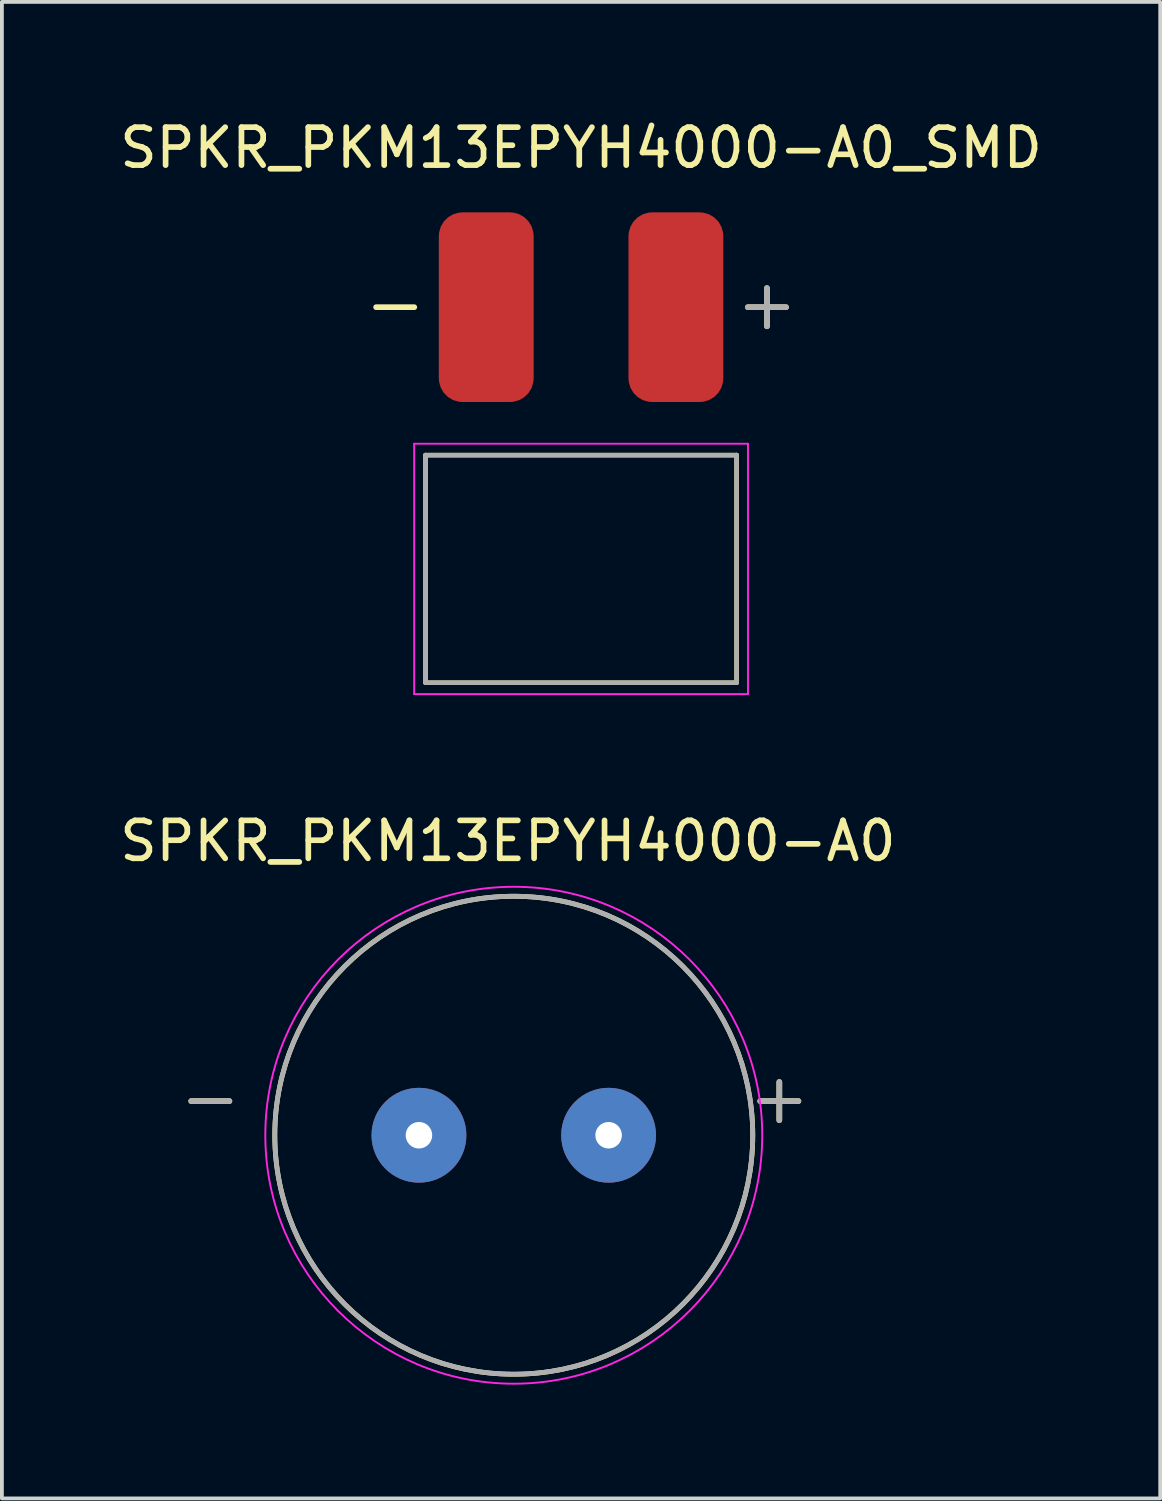
<source format=kicad_pcb>
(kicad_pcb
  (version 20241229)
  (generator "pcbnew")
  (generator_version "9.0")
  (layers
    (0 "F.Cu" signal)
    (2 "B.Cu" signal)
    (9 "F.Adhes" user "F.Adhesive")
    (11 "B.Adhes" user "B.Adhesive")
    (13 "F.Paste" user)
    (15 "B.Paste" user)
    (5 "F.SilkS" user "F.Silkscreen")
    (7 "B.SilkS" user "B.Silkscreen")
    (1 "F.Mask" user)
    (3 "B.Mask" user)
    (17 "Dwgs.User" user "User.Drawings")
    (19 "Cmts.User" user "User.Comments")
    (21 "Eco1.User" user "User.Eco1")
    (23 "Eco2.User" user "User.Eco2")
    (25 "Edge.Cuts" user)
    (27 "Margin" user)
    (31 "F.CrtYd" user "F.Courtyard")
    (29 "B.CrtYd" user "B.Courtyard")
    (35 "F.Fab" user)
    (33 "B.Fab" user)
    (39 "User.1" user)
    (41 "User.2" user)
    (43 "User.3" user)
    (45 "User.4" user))
  (footprint "SPKR_PKM13EPYH4000-A0_SMD"
    (layer "F.Cu")
    (at 12.268 5.048)
    (property "Reference" "SPKR_PKM13EPYH4000-A0_SMD" (at 0 -4.2 0) (layer "F.SilkS") (effects (font (size 1 1) (thickness 0.15))))
    (attr through_hole)
    (fp_line (start -4.1 3.9) (end -4.1 9.9) (stroke (width 0.12) (type solid)) (layer "F.SilkS"))
    (fp_line (start -4.1 3.9) (end 4.1 3.9) (stroke (width 0.12) (type solid)) (layer "F.SilkS"))
    (fp_line (start 4.1 3.9) (end 4.1 9.9) (stroke (width 0.12) (type solid)) (layer "F.SilkS"))
    (fp_line (start 4.1 9.9) (end -4.1 9.9) (stroke (width 0.12) (type solid)) (layer "F.SilkS"))
    (fp_line (start -4.4 3.6) (end 4.4 3.6) (stroke (width 0.05) (type solid)) (layer "F.CrtYd"))
    (fp_line (start -4.4 10.2) (end -4.4 3.6) (stroke (width 0.05) (type solid)) (layer "F.CrtYd"))
    (fp_line (start 4.4 3.6) (end 4.4 10.2) (stroke (width 0.05) (type solid)) (layer "F.CrtYd"))
    (fp_line (start 4.4 10.2) (end -4.4 10.2) (stroke (width 0.05) (type solid)) (layer "F.CrtYd"))
    (fp_line (start -4.1 3.9) (end 4.1 3.9) (stroke (width 0.12) (type solid)) (layer "F.Fab"))
    (fp_line (start -4.1 9.9) (end -4.1 3.9) (stroke (width 0.12) (type solid)) (layer "F.Fab"))
    (fp_line (start 4.1 3.9) (end 4.1 9.9) (stroke (width 0.12) (type solid)) (layer "F.Fab"))
    (fp_line (start 4.1 9.9) (end -4.1 9.9) (stroke (width 0.12) (type solid)) (layer "F.Fab"))
    (fp_text user "-" (at -4.9 -0.1 0) (layer "F.SilkS") (effects (font (size 1.32 1.32) (thickness 0.15))))
    (fp_text user "+" (at 4.9 -0.1 0) (layer "F.SilkS") (effects (font (size 1.32 1.32) (thickness 0.15))))
    (fp_text user "+" (at 4.9 -0.1 0) (layer "F.Fab") (effects (font (size 1.32 1.32) (thickness 0.15))))
    (pad "N" smd roundrect (at -2.5 0) (size 2.5 5) (layers "F.Cu" "F.Mask" "F.Paste") (roundrect_rratio 0.25))
    (pad "P" smd roundrect (at 2.5 0) (size 2.5 5) (layers "F.Cu" "F.Mask" "F.Paste") (roundrect_rratio 0.25)))
  (footprint "SPKR_PKM13EPYH4000-A0"
    (layer "F.Cu")
    (at 10.494 26.877)
    (property "Reference" "SPKR_PKM13EPYH4000-A0" (at -0.155 -7.755 0) (layer "F.SilkS") (effects (font (size 1 1) (thickness 0.15))))
    (attr through_hole)
    (fp_circle (center 0 0) (end 6.3 0) (stroke (width 0.127) (type solid)) (fill no) (layer "F.SilkS"))
    (fp_circle (center 0 0) (end 6.55 0) (stroke (width 0.05) (type solid)) (fill no) (layer "F.CrtYd"))
    (fp_circle (center 0 0) (end 6.3 0) (stroke (width 0.127) (type solid)) (fill no) (layer "F.Fab"))
    (fp_text user "-" (at -8 -1 0) (layer "F.SilkS") (effects (font (size 1.32 1.32) (thickness 0.15))))
    (fp_text user "+" (at 7 -1 0) (layer "F.SilkS") (effects (font (size 1.32 1.32) (thickness 0.15))))
    (fp_text user "+" (at 7 -1 0) (layer "F.Fab") (effects (font (size 1.32 1.32) (thickness 0.15))))
    (fp_text user "-" (at -8 -1 0) (layer "F.Fab") (effects (font (size 1.32 1.32) (thickness 0.15))))
    (pad "N" thru_hole circle (at -2.5 0) (size 2.5 2.5) (drill 0.7) (layers "*.Cu" "*.Mask"))
    (pad "P" thru_hole circle (at 2.5 0) (size 2.5 2.5) (drill 0.7) (layers "*.Cu" "*.Mask")))
  (gr_rect
    (start -3 -3)
    (end 27.536 36.452)
    (stroke (width 0.1) (type default))
    (fill no)
    (layer "Edge.Cuts")))
</source>
